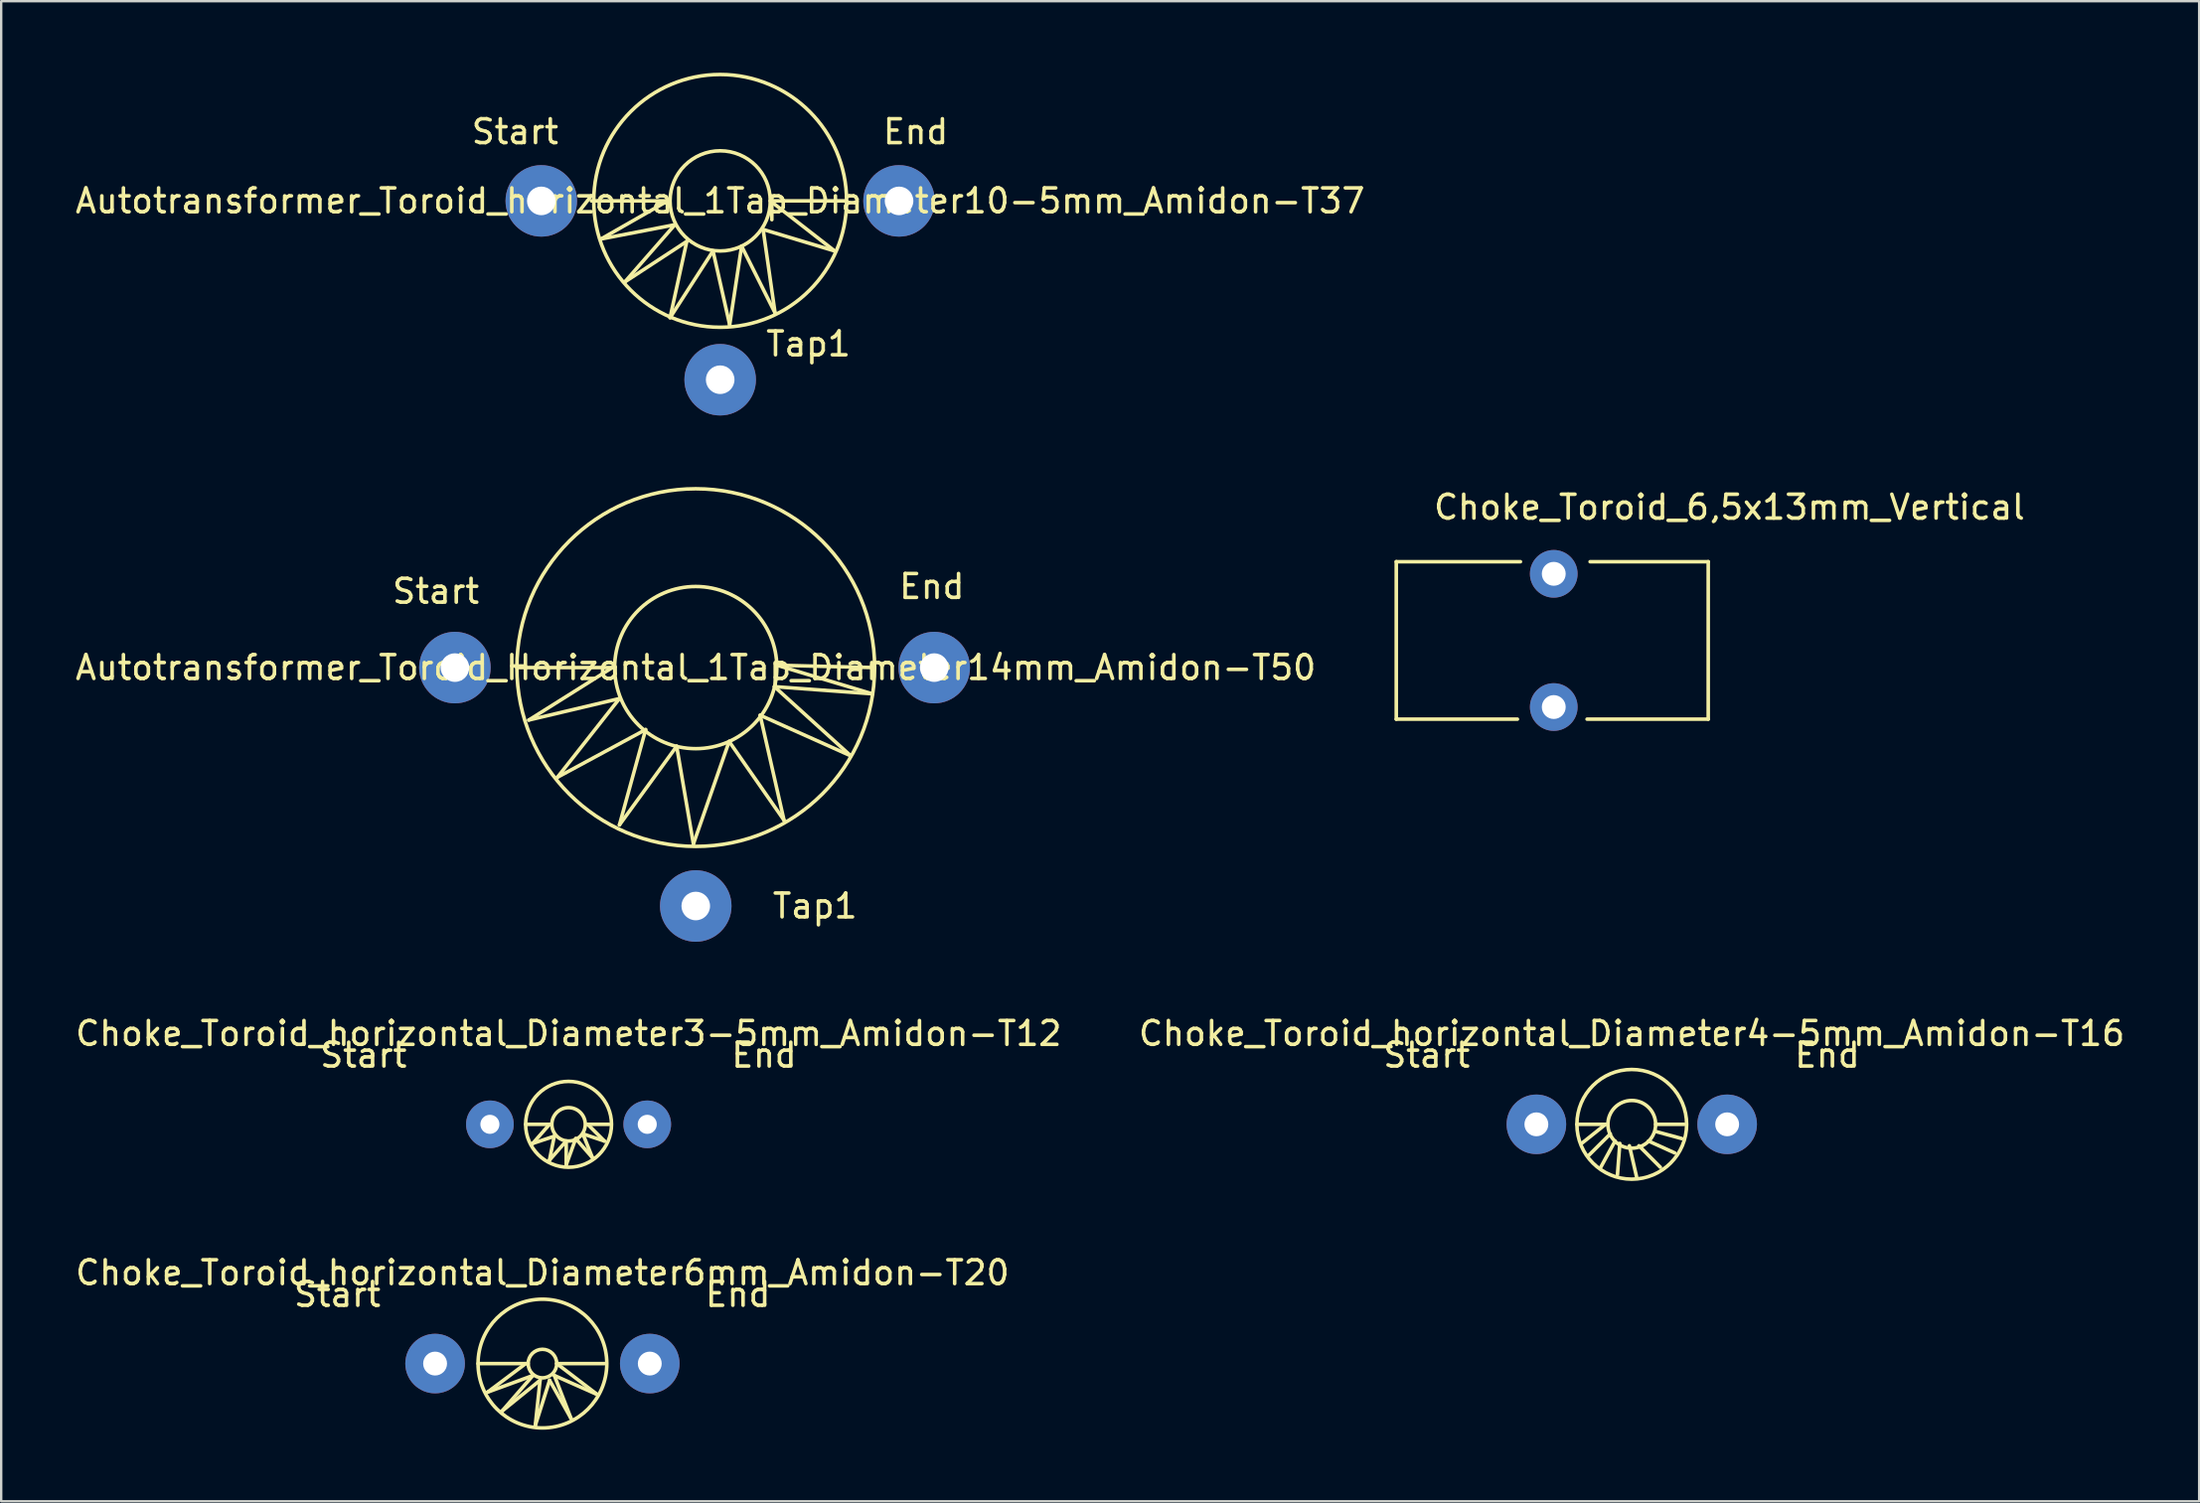
<source format=kicad_pcb>
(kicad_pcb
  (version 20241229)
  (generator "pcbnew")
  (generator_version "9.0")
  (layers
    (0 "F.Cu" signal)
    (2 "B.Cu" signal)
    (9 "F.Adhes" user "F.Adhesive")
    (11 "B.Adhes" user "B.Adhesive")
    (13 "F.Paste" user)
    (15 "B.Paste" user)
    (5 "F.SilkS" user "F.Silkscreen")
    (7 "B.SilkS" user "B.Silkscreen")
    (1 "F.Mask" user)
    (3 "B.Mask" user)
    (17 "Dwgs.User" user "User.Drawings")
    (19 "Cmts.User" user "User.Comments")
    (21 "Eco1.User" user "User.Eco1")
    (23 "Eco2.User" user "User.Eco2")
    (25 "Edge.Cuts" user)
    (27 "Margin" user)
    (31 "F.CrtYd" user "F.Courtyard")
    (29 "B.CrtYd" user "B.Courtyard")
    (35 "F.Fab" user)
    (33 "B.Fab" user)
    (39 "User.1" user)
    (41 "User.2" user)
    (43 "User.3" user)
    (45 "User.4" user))
  (footprint "Choke_Toroid_horizontal_Diameter3-5mm_Amidon-T12"
    (layer "F.Cu")
    (at 20.792 44.11)
    (property "Reference" "Choke_Toroid_horizontal_Diameter3-5mm_Amidon-T12" (at 0 -3.81 0) (layer "F.SilkS") (effects (font (size 1 1) (thickness 0.15))))
    (attr through_hole)
    (fp_line (start -1.801 0) (end -0.8 0) (stroke (width 0.15) (type solid)) (layer "F.SilkS"))
    (fp_line (start -1.501 0.8) (end -0.599 0.5) (stroke (width 0.15) (type solid)) (layer "F.SilkS"))
    (fp_line (start -0.8 0) (end -1.501 0.8) (stroke (width 0.15) (type solid)) (layer "F.SilkS"))
    (fp_line (start -0.8 1.501) (end -0.099 0.701) (stroke (width 0.15) (type solid)) (layer "F.SilkS"))
    (fp_line (start -0.599 0.5) (end -0.8 1.501) (stroke (width 0.15) (type solid)) (layer "F.SilkS"))
    (fp_line (start -0.099 0.701) (end -0.099 1.699) (stroke (width 0.15) (type solid)) (layer "F.SilkS"))
    (fp_line (start -0.099 1.699) (end 0.3 0.599) (stroke (width 0.15) (type solid)) (layer "F.SilkS"))
    (fp_line (start 0.3 0.599) (end 1.001 1.4) (stroke (width 0.15) (type solid)) (layer "F.SilkS"))
    (fp_line (start 0.599 0.399) (end 1.501 0.701) (stroke (width 0.15) (type solid)) (layer "F.SilkS"))
    (fp_line (start 0.8 0) (end 1.699 0) (stroke (width 0.15) (type solid)) (layer "F.SilkS"))
    (fp_line (start 1.001 1.4) (end 0.599 0.399) (stroke (width 0.15) (type solid)) (layer "F.SilkS"))
    (fp_line (start 1.501 0.701) (end 0.8 0) (stroke (width 0.15) (type solid)) (layer "F.SilkS"))
    (fp_circle (center 0 0) (end 0.701 0) (stroke (width 0.15) (type solid)) (fill no) (layer "F.SilkS"))
    (fp_circle (center 0 0) (end 1.801 0) (stroke (width 0.15) (type solid)) (fill no) (layer "F.SilkS"))
    (fp_text user "Start" (at -8.6 -2.901 0) (layer "F.SilkS") (effects (font (size 1 1) (thickness 0.15))))
    (fp_text user "End" (at 8.199 -2.901 0) (layer "F.SilkS") (effects (font (size 1 1) (thickness 0.15))))
    (pad "1" thru_hole circle (at -3.299 0) (size 1.999 1.999) (drill 0.8) (layers "*.Cu" "*.Mask"))
    (pad "2" thru_hole circle (at 3.299 0) (size 1.999 1.999) (drill 0.8) (layers "*.Cu" "*.Mask")))
  (footprint "Autotransformer_Toroid_Horizontal_1Tap_Diameter14mm_Amidon-T50"
    (layer "F.Cu")
    (at 26.125 24.952)
    (property "Reference" "Autotransformer_Toroid_Horizontal_1Tap_Diameter14mm_Amidon-T50" (at 0 0 0) (layer "F.SilkS") (effects (font (size 1 1) (thickness 0.15))))
    (attr through_hole)
    (fp_line (start -7.501 0) (end -3.5 0) (stroke (width 0.15) (type solid)) (layer "F.SilkS"))
    (fp_line (start -7 2.2) (end -3.2 1.3) (stroke (width 0.15) (type solid)) (layer "F.SilkS"))
    (fp_line (start -5.799 4.6) (end -2.101 2.601) (stroke (width 0.15) (type solid)) (layer "F.SilkS"))
    (fp_line (start -3.5 0) (end -7 2.2) (stroke (width 0.15) (type solid)) (layer "F.SilkS"))
    (fp_line (start -3.2 1.3) (end -5.799 4.6) (stroke (width 0.15) (type solid)) (layer "F.SilkS"))
    (fp_line (start -3.2 6.599) (end -0.8 3.299) (stroke (width 0.15) (type solid)) (layer "F.SilkS"))
    (fp_line (start -2.101 2.601) (end -3.2 6.599) (stroke (width 0.15) (type solid)) (layer "F.SilkS"))
    (fp_line (start -0.8 3.299) (end -0.099 7.399) (stroke (width 0.15) (type solid)) (layer "F.SilkS"))
    (fp_line (start -0.099 7.399) (end 1.4 3.099) (stroke (width 0.15) (type solid)) (layer "F.SilkS"))
    (fp_line (start 1.4 3.099) (end 3.701 6.401) (stroke (width 0.15) (type solid)) (layer "F.SilkS"))
    (fp_line (start 2.7 1.999) (end 6.5 3.701) (stroke (width 0.15) (type solid)) (layer "F.SilkS"))
    (fp_line (start 3.299 0.8) (end 7.399 1.1) (stroke (width 0.15) (type solid)) (layer "F.SilkS"))
    (fp_line (start 3.401 -0.099) (end 7.501 0) (stroke (width 0.15) (type solid)) (layer "F.SilkS"))
    (fp_line (start 3.701 6.401) (end 2.7 1.999) (stroke (width 0.15) (type solid)) (layer "F.SilkS"))
    (fp_line (start 6.5 3.701) (end 3.299 0.8) (stroke (width 0.15) (type solid)) (layer "F.SilkS"))
    (fp_line (start 7.399 1.1) (end 3.401 -0.099) (stroke (width 0.15) (type solid)) (layer "F.SilkS"))
    (fp_circle (center 0 0) (end 3.401 0) (stroke (width 0.15) (type solid)) (fill no) (layer "F.SilkS"))
    (fp_circle (center 0 0) (end 7.501 0) (stroke (width 0.15) (type solid)) (fill no) (layer "F.SilkS"))
    (fp_text user "Start" (at -10.899 -3.2 0) (layer "F.SilkS") (effects (font (size 1 1) (thickness 0.15))))
    (fp_text user "End" (at 9.901 -3.401 0) (layer "F.SilkS") (effects (font (size 1 1) (thickness 0.15))))
    (fp_text user "Tap1" (at 5.001 10 0) (layer "F.SilkS") (effects (font (size 1 1) (thickness 0.15))))
    (pad "1" thru_hole circle (at -10.099 0) (size 3 3) (drill 1.199) (layers "*.Cu" "*.Mask"))
    (pad "2" thru_hole circle (at 0 10) (size 3 3) (drill 1.199) (layers "*.Cu" "*.Mask"))
    (pad "3" thru_hole circle (at 10 0) (size 3 3) (drill 1.199) (layers "*.Cu" "*.Mask")))
  (footprint "Choke_Toroid_horizontal_Diameter6mm_Amidon-T20"
    (layer "F.Cu")
    (at 19.696 54.145)
    (property "Reference" "Choke_Toroid_horizontal_Diameter6mm_Amidon-T20" (at 0 -3.81 0) (layer "F.SilkS") (effects (font (size 1 1) (thickness 0.15))))
    (attr through_hole)
    (fp_line (start -2.7 0) (end -0.599 0) (stroke (width 0.15) (type solid)) (layer "F.SilkS"))
    (fp_line (start -2.301 1.199) (end -0.399 0.5) (stroke (width 0.15) (type solid)) (layer "F.SilkS"))
    (fp_line (start -1.699 1.999) (end -0.099 0.701) (stroke (width 0.15) (type solid)) (layer "F.SilkS"))
    (fp_line (start -0.701 0) (end -2.301 1.199) (stroke (width 0.15) (type solid)) (layer "F.SilkS"))
    (fp_line (start -0.399 0.5) (end -1.699 1.999) (stroke (width 0.15) (type solid)) (layer "F.SilkS"))
    (fp_line (start -0.3 2.601) (end 0.3 0.701) (stroke (width 0.15) (type solid)) (layer "F.SilkS"))
    (fp_line (start -0.099 0.701) (end -0.3 2.601) (stroke (width 0.15) (type solid)) (layer "F.SilkS"))
    (fp_line (start 0.3 0.701) (end 1.199 2.301) (stroke (width 0.15) (type solid)) (layer "F.SilkS"))
    (fp_line (start 0.5 0.5) (end 2.301 1.3) (stroke (width 0.15) (type solid)) (layer "F.SilkS"))
    (fp_line (start 0.599 0) (end 2.601 0) (stroke (width 0.15) (type solid)) (layer "F.SilkS"))
    (fp_line (start 1.199 2.301) (end 0.5 0.5) (stroke (width 0.15) (type solid)) (layer "F.SilkS"))
    (fp_line (start 2.301 1.3) (end 0.599 0) (stroke (width 0.15) (type solid)) (layer "F.SilkS"))
    (fp_circle (center 0 0) (end 0.599 0) (stroke (width 0.15) (type solid)) (fill no) (layer "F.SilkS"))
    (fp_circle (center 0 0) (end 2.7 0) (stroke (width 0.15) (type solid)) (fill no) (layer "F.SilkS"))
    (fp_text user "End" (at 8.199 -2.901 0) (layer "F.SilkS") (effects (font (size 1 1) (thickness 0.15))))
    (fp_text user "Start" (at -8.6 -2.901 0) (layer "F.SilkS") (effects (font (size 1 1) (thickness 0.15))))
    (pad "1" thru_hole circle (at -4.501 0) (size 2.499 2.499) (drill 1.001) (layers "*.Cu" "*.Mask"))
    (pad "2" thru_hole circle (at 4.501 0) (size 2.499 2.499) (drill 1.001) (layers "*.Cu" "*.Mask")))
  (footprint "Autotransformer_Toroid_horizontal_1Tap_Diameter10-5mm_Amidon-T37"
    (layer "F.Cu")
    (at 27.149 5.376)
    (property "Reference" "Autotransformer_Toroid_horizontal_1Tap_Diameter10-5mm_Amidon-T37" (at 0 0 0) (layer "F.SilkS") (effects (font (size 1 1) (thickness 0.15))))
    (attr through_hole)
    (fp_line (start -5.4 0) (end -2.2 0) (stroke (width 0.15) (type solid)) (layer "F.SilkS"))
    (fp_line (start -5.001 1.6) (end -1.9 1.001) (stroke (width 0.15) (type solid)) (layer "F.SilkS"))
    (fp_line (start -4 3.401) (end -1.4 1.699) (stroke (width 0.15) (type solid)) (layer "F.SilkS"))
    (fp_line (start -2.2 0) (end -5.001 1.6) (stroke (width 0.15) (type solid)) (layer "F.SilkS"))
    (fp_line (start -2.101 4.9) (end -0.3 2.101) (stroke (width 0.15) (type solid)) (layer "F.SilkS"))
    (fp_line (start -1.9 1.001) (end -4 3.401) (stroke (width 0.15) (type solid)) (layer "F.SilkS"))
    (fp_line (start -1.4 1.699) (end -2.101 4.9) (stroke (width 0.15) (type solid)) (layer "F.SilkS"))
    (fp_line (start -0.3 2.101) (end 0.399 5.199) (stroke (width 0.15) (type solid)) (layer "F.SilkS"))
    (fp_line (start 0.399 5.199) (end 0.899 1.9) (stroke (width 0.15) (type solid)) (layer "F.SilkS"))
    (fp_line (start 0.899 1.9) (end 2.301 4.699) (stroke (width 0.15) (type solid)) (layer "F.SilkS"))
    (fp_line (start 1.801 1.199) (end 4.801 2.101) (stroke (width 0.15) (type solid)) (layer "F.SilkS"))
    (fp_line (start 2.101 0) (end 5.301 0) (stroke (width 0.15) (type solid)) (layer "F.SilkS"))
    (fp_line (start 2.301 4.699) (end 1.801 1.199) (stroke (width 0.15) (type solid)) (layer "F.SilkS"))
    (fp_line (start 4.801 2.101) (end 2.101 0) (stroke (width 0.15) (type solid)) (layer "F.SilkS"))
    (fp_circle (center 0 0) (end 2.101 0) (stroke (width 0.15) (type solid)) (fill no) (layer "F.SilkS"))
    (fp_circle (center 0 0) (end 5.301 0) (stroke (width 0.15) (type solid)) (fill no) (layer "F.SilkS"))
    (fp_text user "Tap1" (at 3.701 5.999 0) (layer "F.SilkS") (effects (font (size 1 1) (thickness 0.15))))
    (fp_text user "End" (at 8.199 -2.901 0) (layer "F.SilkS") (effects (font (size 1 1) (thickness 0.15))))
    (fp_text user "Start" (at -8.6 -2.901 0) (layer "F.SilkS") (effects (font (size 1 1) (thickness 0.15))))
    (pad "1" thru_hole circle (at -7.501 0) (size 3 3) (drill 1.199) (layers "*.Cu" "*.Mask"))
    (pad "2" thru_hole circle (at 0 7.501) (size 3 3) (drill 1.199) (layers "*.Cu" "*.Mask"))
    (pad "3" thru_hole circle (at 7.501 0) (size 3 3) (drill 1.199) (layers "*.Cu" "*.Mask")))
  (footprint "Choke_Toroid_horizontal_Diameter4-5mm_Amidon-T16"
    (layer "F.Cu")
    (at 65.375 44.11)
    (property "Reference" "Choke_Toroid_horizontal_Diameter4-5mm_Amidon-T16" (at 0 -3.81 0) (layer "F.SilkS") (effects (font (size 1 1) (thickness 0.15))))
    (attr through_hole)
    (fp_line (start -2.301 0) (end -1.1 0) (stroke (width 0.15) (type solid)) (layer "F.SilkS"))
    (fp_line (start -1.1 0) (end -2.101 0.8) (stroke (width 0.15) (type solid)) (layer "F.SilkS"))
    (fp_line (start -0.899 0.399) (end -1.801 1.3) (stroke (width 0.15) (type solid)) (layer "F.SilkS"))
    (fp_line (start -0.701 0.701) (end -1.3 1.801) (stroke (width 0.15) (type solid)) (layer "F.SilkS"))
    (fp_line (start -0.5 0.8) (end -0.599 2.101) (stroke (width 0.15) (type solid)) (layer "F.SilkS"))
    (fp_line (start -0.099 0.899) (end 0.201 2.2) (stroke (width 0.15) (type solid)) (layer "F.SilkS"))
    (fp_line (start 0.3 0.899) (end 1.199 1.801) (stroke (width 0.15) (type solid)) (layer "F.SilkS"))
    (fp_line (start 0.701 0.701) (end 1.801 1.199) (stroke (width 0.15) (type solid)) (layer "F.SilkS"))
    (fp_line (start 1.001 0) (end 2.2 0) (stroke (width 0.15) (type solid)) (layer "F.SilkS"))
    (fp_line (start 1.001 0.3) (end 2.101 0.599) (stroke (width 0.15) (type solid)) (layer "F.SilkS"))
    (fp_circle (center 0 0) (end 1.001 0) (stroke (width 0.15) (type solid)) (fill no) (layer "F.SilkS"))
    (fp_circle (center 0 0) (end 2.301 0) (stroke (width 0.15) (type solid)) (fill no) (layer "F.SilkS"))
    (fp_text user "End" (at 8.199 -2.901 0) (layer "F.SilkS") (effects (font (size 1 1) (thickness 0.15))))
    (fp_text user "Start" (at -8.6 -2.901 0) (layer "F.SilkS") (effects (font (size 1 1) (thickness 0.15))))
    (pad "1" thru_hole circle (at -4 0) (size 2.499 2.499) (drill 1.001) (layers "*.Cu" "*.Mask"))
    (pad "2" thru_hole circle (at 4 0) (size 2.499 2.499) (drill 1.001) (layers "*.Cu" "*.Mask")))
  (footprint "Choke_Toroid_6,5x13mm_Vertical"
    (layer "F.Cu")
    (at 55.5 27.115)
    (property "Reference" "Choke_Toroid_6,5x13mm_Vertical" (at 13.97 -8.89 0) (layer "F.SilkS") (effects (font (size 1 1) (thickness 0.15))))
    (attr through_hole)
    (fp_line (start 0 -6.604) (end 0 0) (stroke (width 0.15) (type solid)) (layer "F.SilkS"))
    (fp_line (start 0 -6.604) (end 5.207 -6.604) (stroke (width 0.15) (type solid)) (layer "F.SilkS"))
    (fp_line (start 0 0) (end 5.08 0) (stroke (width 0.15) (type solid)) (layer "F.SilkS"))
    (fp_line (start 13.081 -6.604) (end 8.128 -6.604) (stroke (width 0.15) (type solid)) (layer "F.SilkS"))
    (fp_line (start 13.081 0) (end 8.001 0) (stroke (width 0.15) (type solid)) (layer "F.SilkS"))
    (fp_line (start 13.081 0) (end 13.081 -6.604) (stroke (width 0.15) (type solid)) (layer "F.SilkS"))
    (pad "1" thru_hole circle (at 6.604 -0.508) (size 1.999 1.999) (drill 1.001) (layers "*.Cu" "*.Mask"))
    (pad "2" thru_hole circle (at 6.604 -6.096) (size 1.999 1.999) (drill 1.001) (layers "*.Cu" "*.Mask")))
  (gr_rect
    (start -3 -3)
    (end 89.167 59.92)
    (stroke (width 0.1) (type default))
    (fill no)
    (layer "Edge.Cuts")))
</source>
